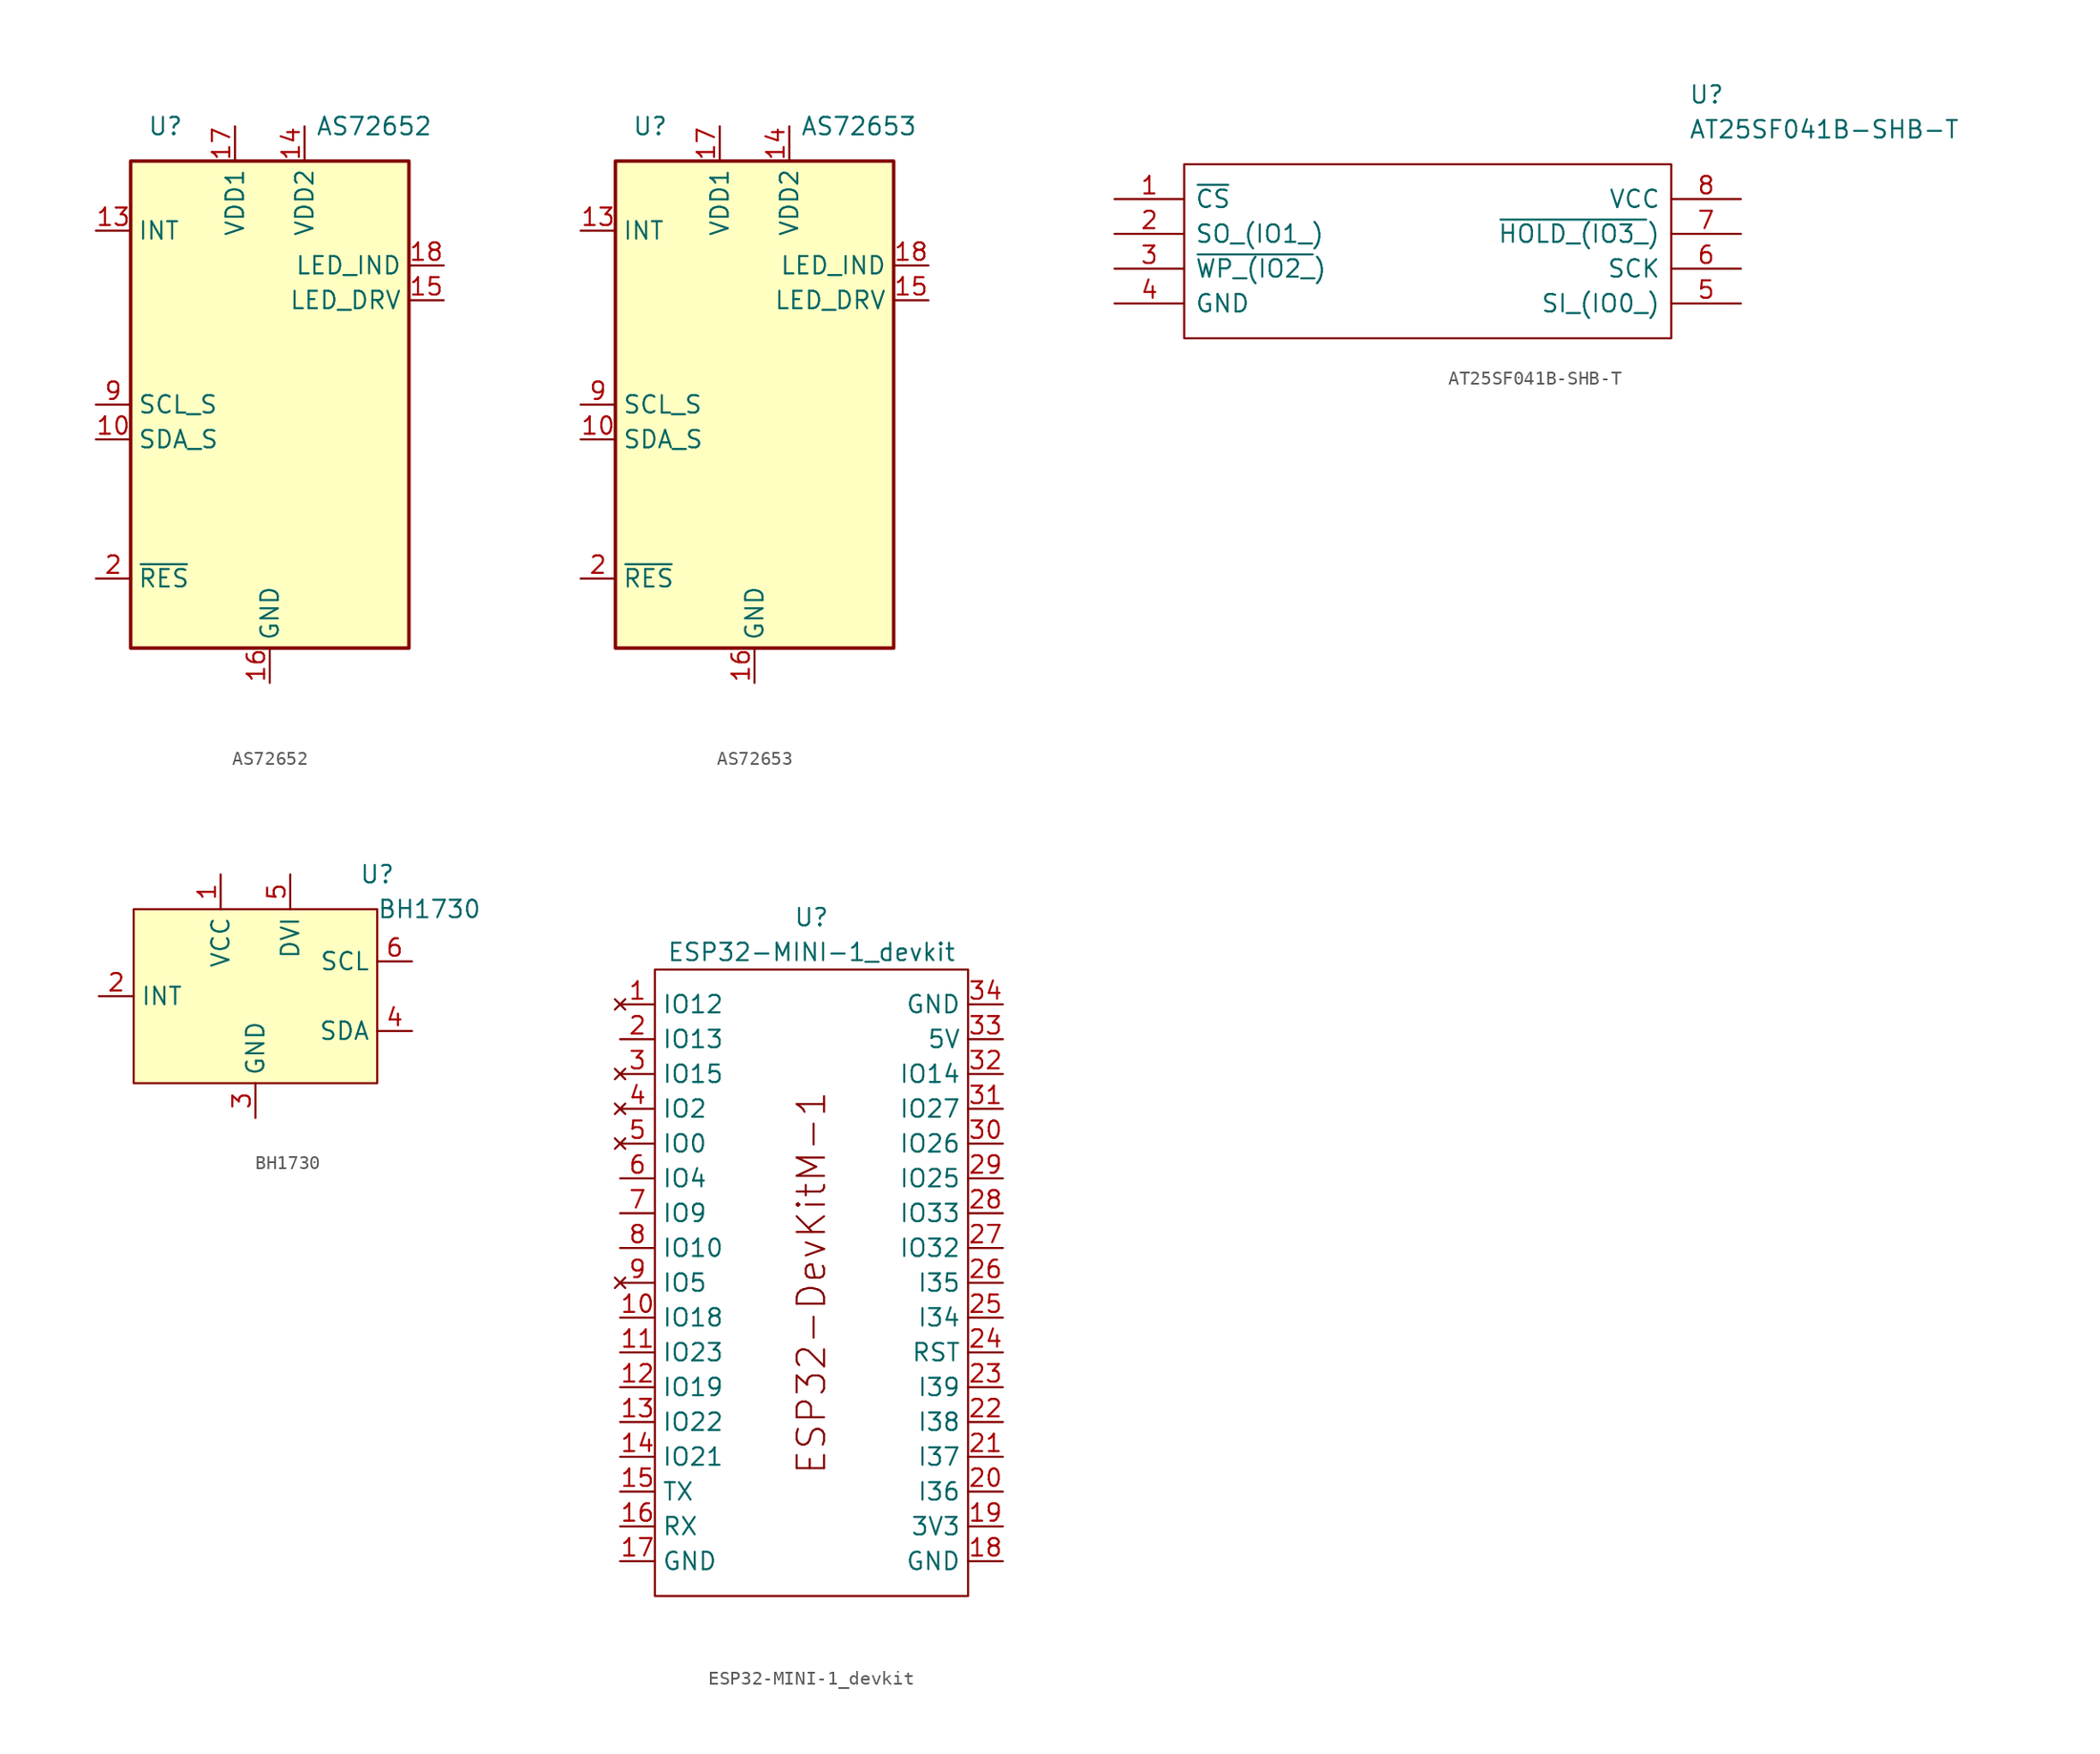
<source format=kicad_sym>
(kicad_symbol_lib
  (version 20211014)
  (generator kicad_symbol_editor)
  (symbol "AS72652"
    (property "Reference" "U"
      (at -7.62 20.32 0)
      (effects (font (size 1.27 1.27))))
    (property "Value" "AS72652"
      (at 7.62 20.32 0)
      (effects (font (size 1.27 1.27))))
    (symbol "AS72652_0_1"
      (rectangle (start 10.16 -17.78) (end -10.16 17.78) (stroke (width 0.254) (type default) (color 0 0 0 0)) (fill (type background))))
    (symbol "AS72652_1_1"
      (pin no_connect line (at -10.16 -5.08 0) (length 2.54) hide (name "NC" (effects (font (size 1.27 1.27)))) (number "1" (effects (font (size 1.27 1.27)))))
      (pin bidirectional line (at -12.7 -2.54 0) (length 2.54) (name "SDA_S" (effects (font (size 1.27 1.27)))) (number "10" (effects (font (size 1.27 1.27)))))
      (pin no_connect line (at -10.16 10.16 0) (length 2.54) hide (name "NC" (effects (font (size 1.27 1.27)))) (number "11" (effects (font (size 1.27 1.27)))))
      (pin no_connect line (at -10.16 7.62 0) (length 2.54) hide (name "NC" (effects (font (size 1.27 1.27)))) (number "12" (effects (font (size 1.27 1.27)))))
      (pin output line (at -12.7 12.7 0) (length 2.54) (name "INT" (effects (font (size 1.27 1.27)))) (number "13" (effects (font (size 1.27 1.27)))))
      (pin power_in line (at 2.54 20.32 270) (length 2.54) (name "VDD2" (effects (font (size 1.27 1.27)))) (number "14" (effects (font (size 1.27 1.27)))))
      (pin output line (at 12.7 7.62 180) (length 2.54) (name "LED_DRV" (effects (font (size 1.27 1.27)))) (number "15" (effects (font (size 1.27 1.27)))))
      (pin power_in line (at 0 -20.32 90) (length 2.54) (name "GND" (effects (font (size 1.27 1.27)))) (number "16" (effects (font (size 1.27 1.27)))))
      (pin power_in line (at -2.54 20.32 270) (length 2.54) (name "VDD1" (effects (font (size 1.27 1.27)))) (number "17" (effects (font (size 1.27 1.27)))))
      (pin output line (at 12.7 10.16 180) (length 2.54) (name "LED_IND" (effects (font (size 1.27 1.27)))) (number "18" (effects (font (size 1.27 1.27)))))
      (pin no_connect line (at 10.16 -12.7 180) (length 2.54) hide (name "NC" (effects (font (size 1.27 1.27)))) (number "19" (effects (font (size 1.27 1.27)))))
      (pin input line (at -12.7 -12.7 0) (length 2.54) (name "~{RES}" (effects (font (size 1.27 1.27)))) (number "2" (effects (font (size 1.27 1.27)))))
      (pin no_connect line (at -10.16 -7.62 0) (length 2.54) hide (name "NC" (effects (font (size 1.27 1.27)))) (number "20" (effects (font (size 1.27 1.27)))))
      (pin no_connect line (at 10.16 -5.08 180) (length 2.54) hide (name "NC" (effects (font (size 1.27 1.27)))) (number "3" (effects (font (size 1.27 1.27)))))
      (pin no_connect line (at 10.16 0 180) (length 2.54) hide (name "NC" (effects (font (size 1.27 1.27)))) (number "4" (effects (font (size 1.27 1.27)))))
      (pin no_connect line (at 10.16 -2.54 180) (length 2.54) hide (name "NC" (effects (font (size 1.27 1.27)))) (number "5" (effects (font (size 1.27 1.27)))))
      (pin no_connect line (at 10.16 -7.62 180) (length 2.54) hide (name "NC" (effects (font (size 1.27 1.27)))) (number "6" (effects (font (size 1.27 1.27)))))
      (pin no_connect line (at 10.16 -10.16 180) (length 2.54) hide (name "NC" (effects (font (size 1.27 1.27)))) (number "7" (effects (font (size 1.27 1.27)))))
      (pin no_connect line (at -10.16 5.08 0) (length 2.54) hide (name "NC" (effects (font (size 1.27 1.27)))) (number "8" (effects (font (size 1.27 1.27)))))
      (pin output line (at -12.7 0 0) (length 2.54) (name "SCL_S" (effects (font (size 1.27 1.27)))) (number "9" (effects (font (size 1.27 1.27)))))))
  (symbol "AS72653"
    (property "Reference" "U"
      (at -7.62 20.32 0)
      (effects (font (size 1.27 1.27))))
    (property "Value" "AS72653"
      (at 7.62 20.32 0)
      (effects (font (size 1.27 1.27))))
    (symbol "AS72653_0_1"
      (rectangle (start 10.16 -17.78) (end -10.16 17.78) (stroke (width 0.254) (type default) (color 0 0 0 0)) (fill (type background))))
    (symbol "AS72653_1_1"
      (pin no_connect line (at -10.16 -5.08 0) (length 2.54) hide (name "NC" (effects (font (size 1.27 1.27)))) (number "1" (effects (font (size 1.27 1.27)))))
      (pin bidirectional line (at -12.7 -2.54 0) (length 2.54) (name "SDA_S" (effects (font (size 1.27 1.27)))) (number "10" (effects (font (size 1.27 1.27)))))
      (pin no_connect line (at -10.16 10.16 0) (length 2.54) hide (name "NC" (effects (font (size 1.27 1.27)))) (number "11" (effects (font (size 1.27 1.27)))))
      (pin no_connect line (at -10.16 7.62 0) (length 2.54) hide (name "NC" (effects (font (size 1.27 1.27)))) (number "12" (effects (font (size 1.27 1.27)))))
      (pin output line (at -12.7 12.7 0) (length 2.54) (name "INT" (effects (font (size 1.27 1.27)))) (number "13" (effects (font (size 1.27 1.27)))))
      (pin power_in line (at 2.54 20.32 270) (length 2.54) (name "VDD2" (effects (font (size 1.27 1.27)))) (number "14" (effects (font (size 1.27 1.27)))))
      (pin output line (at 12.7 7.62 180) (length 2.54) (name "LED_DRV" (effects (font (size 1.27 1.27)))) (number "15" (effects (font (size 1.27 1.27)))))
      (pin power_in line (at 0 -20.32 90) (length 2.54) (name "GND" (effects (font (size 1.27 1.27)))) (number "16" (effects (font (size 1.27 1.27)))))
      (pin power_in line (at -2.54 20.32 270) (length 2.54) (name "VDD1" (effects (font (size 1.27 1.27)))) (number "17" (effects (font (size 1.27 1.27)))))
      (pin output line (at 12.7 10.16 180) (length 2.54) (name "LED_IND" (effects (font (size 1.27 1.27)))) (number "18" (effects (font (size 1.27 1.27)))))
      (pin no_connect line (at 10.16 -12.7 180) (length 2.54) hide (name "NC" (effects (font (size 1.27 1.27)))) (number "19" (effects (font (size 1.27 1.27)))))
      (pin input line (at -12.7 -12.7 0) (length 2.54) (name "~{RES}" (effects (font (size 1.27 1.27)))) (number "2" (effects (font (size 1.27 1.27)))))
      (pin no_connect line (at -10.16 -7.62 0) (length 2.54) hide (name "NC" (effects (font (size 1.27 1.27)))) (number "20" (effects (font (size 1.27 1.27)))))
      (pin no_connect line (at 10.16 -5.08 180) (length 2.54) hide (name "NC" (effects (font (size 1.27 1.27)))) (number "3" (effects (font (size 1.27 1.27)))))
      (pin no_connect line (at 10.16 0 180) (length 2.54) hide (name "NC" (effects (font (size 1.27 1.27)))) (number "4" (effects (font (size 1.27 1.27)))))
      (pin no_connect line (at 10.16 -2.54 180) (length 2.54) hide (name "NC" (effects (font (size 1.27 1.27)))) (number "5" (effects (font (size 1.27 1.27)))))
      (pin no_connect line (at 10.16 -7.62 180) (length 2.54) hide (name "NC" (effects (font (size 1.27 1.27)))) (number "6" (effects (font (size 1.27 1.27)))))
      (pin no_connect line (at 10.16 -10.16 180) (length 2.54) hide (name "NC" (effects (font (size 1.27 1.27)))) (number "7" (effects (font (size 1.27 1.27)))))
      (pin no_connect line (at -10.16 5.08 0) (length 2.54) hide (name "NC" (effects (font (size 1.27 1.27)))) (number "8" (effects (font (size 1.27 1.27)))))
      (pin output line (at -12.7 0 0) (length 2.54) (name "SCL_S" (effects (font (size 1.27 1.27)))) (number "9" (effects (font (size 1.27 1.27)))))))
  (symbol "AT25SF041B-SHB-T"
    (pin_names
      (offset 0.762))
    (property "Reference" "U"
      (at 41.91 7.62 0)
      (effects (font (size 1.27 1.27)) (justify left)))
    (property "Value" "AT25SF041B-SHB-T"
      (at 41.91 5.08 0)
      (effects (font (size 1.27 1.27)) (justify left)))
    (symbol "AT25SF041B-SHB-T_0_0"
      (pin passive line (at 0 0 0) (length 5.08) (name "~{CS}" (effects (font (size 1.27 1.27)))) (number "1" (effects (font (size 1.27 1.27)))))
      (pin passive line (at 0 -2.54 0) (length 5.08) (name "SO_(IO1_)" (effects (font (size 1.27 1.27)))) (number "2" (effects (font (size 1.27 1.27)))))
      (pin passive line (at 0 -5.08 0) (length 5.08) (name "~{WP_(IO2_})" (effects (font (size 1.27 1.27)))) (number "3" (effects (font (size 1.27 1.27)))))
      (pin passive line (at 0 -7.62 0) (length 5.08) (name "GND" (effects (font (size 1.27 1.27)))) (number "4" (effects (font (size 1.27 1.27)))))
      (pin passive line (at 45.72 -7.62 180) (length 5.08) (name "SI_(IO0_)" (effects (font (size 1.27 1.27)))) (number "5" (effects (font (size 1.27 1.27)))))
      (pin passive line (at 45.72 -5.08 180) (length 5.08) (name "SCK" (effects (font (size 1.27 1.27)))) (number "6" (effects (font (size 1.27 1.27)))))
      (pin passive line (at 45.72 -2.54 180) (length 5.08) (name "~{HOLD_(IO3_})" (effects (font (size 1.27 1.27)))) (number "7" (effects (font (size 1.27 1.27)))))
      (pin passive line (at 45.72 0 180) (length 5.08) (name "VCC" (effects (font (size 1.27 1.27)))) (number "8" (effects (font (size 1.27 1.27))))))
    (symbol "AT25SF041B-SHB-T_0_1"
      (polyline (pts (xy 5.08 2.54) (xy 40.64 2.54) (xy 40.64 -10.16) (xy 5.08 -10.16) (xy 5.08 2.54)) (stroke (width 0.152) (type default) (color 0 0 0 0)) (fill (type none)))))
  (symbol "BH1730"
    (property "Reference" "U"
      (at 8.89 8.89 0)
      (effects (font (size 1.27 1.27))))
    (property "Value" "BH1730"
      (at 12.7 6.35 0)
      (effects (font (size 1.27 1.27))))
    (symbol "BH1730_0_1"
      (rectangle (start -8.89 6.35) (end 8.89 -6.35) (stroke (width 0) (type default) (color 0 0 0 0)) (fill (type background))))
    (symbol "BH1730_1_1"
      (pin power_in line (at -2.54 8.89 270) (length 2.54) (name "VCC" (effects (font (size 1.27 1.27)))) (number "1" (effects (font (size 1.27 1.27)))))
      (pin output line (at -11.43 0 0) (length 2.54) (name "INT" (effects (font (size 1.27 1.27)))) (number "2" (effects (font (size 1.27 1.27)))))
      (pin passive line (at 0 -8.89 90) (length 2.54) (name "GND" (effects (font (size 1.27 1.27)))) (number "3" (effects (font (size 1.27 1.27)))))
      (pin bidirectional line (at 11.43 -2.54 180) (length 2.54) (name "SDA" (effects (font (size 1.27 1.27)))) (number "4" (effects (font (size 1.27 1.27)))))
      (pin power_in line (at 2.54 8.89 270) (length 2.54) (name "DVI" (effects (font (size 1.27 1.27)))) (number "5" (effects (font (size 1.27 1.27)))))
      (pin input line (at 11.43 2.54 180) (length 2.54) (name "SCL" (effects (font (size 1.27 1.27)))) (number "6" (effects (font (size 1.27 1.27)))))))
  (symbol "ESP32-MINI-1_devkit"
    (property "Reference" "U"
      (at 0 24.13 0)
      (effects (font (size 1.27 1.27))))
    (property "Value" "ESP32-MINI-1_devkit"
      (at 0 21.59 0)
      (effects (font (size 1.27 1.27))))
    (symbol "ESP32-MINI-1_devkit_0_0"
      (text "ESP32-DevKitM-1" (at 0 -2.54 900) (effects (font (size 2 2))))
      (pin bidirectional line (at -13.97 -5.08 0) (length 2.54) (name "IO18" (effects (font (size 1.27 1.27)))) (number "10" (effects (font (size 1.27 1.27)))))
      (pin bidirectional line (at -13.97 -7.62 0) (length 2.54) (name "IO23" (effects (font (size 1.27 1.27)))) (number "11" (effects (font (size 1.27 1.27)))))
      (pin bidirectional line (at -13.97 -10.16 0) (length 2.54) (name "IO19" (effects (font (size 1.27 1.27)))) (number "12" (effects (font (size 1.27 1.27)))))
      (pin bidirectional line (at -13.97 -12.7 0) (length 2.54) (name "IO22" (effects (font (size 1.27 1.27)))) (number "13" (effects (font (size 1.27 1.27)))))
      (pin bidirectional line (at -13.97 -15.24 0) (length 2.54) (name "IO21" (effects (font (size 1.27 1.27)))) (number "14" (effects (font (size 1.27 1.27)))))
      (pin output line (at -13.97 -17.78 0) (length 2.54) (name "TX" (effects (font (size 1.27 1.27)))) (number "15" (effects (font (size 1.27 1.27)))))
      (pin input line (at -13.97 -20.32 0) (length 2.54) (name "RX" (effects (font (size 1.27 1.27)))) (number "16" (effects (font (size 1.27 1.27)))))
      (pin power_in line (at -13.97 -22.86 0) (length 2.54) (name "GND" (effects (font (size 1.27 1.27)))) (number "17" (effects (font (size 1.27 1.27)))))
      (pin input line (at 13.97 -5.08 180) (length 2.54) (name "I34" (effects (font (size 1.27 1.27)))) (number "25" (effects (font (size 1.27 1.27)))))
      (pin input line (at 13.97 -2.54 180) (length 2.54) (name "I35" (effects (font (size 1.27 1.27)))) (number "26" (effects (font (size 1.27 1.27)))))
      (pin bidirectional line (at 13.97 0 180) (length 2.54) (name "IO32" (effects (font (size 1.27 1.27)))) (number "27" (effects (font (size 1.27 1.27)))))
      (pin bidirectional line (at 13.97 2.54 180) (length 2.54) (name "IO33" (effects (font (size 1.27 1.27)))) (number "28" (effects (font (size 1.27 1.27)))))
      (pin bidirectional line (at 13.97 5.08 180) (length 2.54) (name "IO25" (effects (font (size 1.27 1.27)))) (number "29" (effects (font (size 1.27 1.27)))))
      (pin bidirectional line (at 13.97 7.62 180) (length 2.54) (name "IO26" (effects (font (size 1.27 1.27)))) (number "30" (effects (font (size 1.27 1.27)))))
      (pin bidirectional line (at 13.97 10.16 180) (length 2.54) (name "IO27" (effects (font (size 1.27 1.27)))) (number "31" (effects (font (size 1.27 1.27)))))
      (pin bidirectional line (at 13.97 12.7 180) (length 2.54) (name "IO14" (effects (font (size 1.27 1.27)))) (number "32" (effects (font (size 1.27 1.27)))))
      (pin power_out line (at 13.97 15.24 180) (length 2.54) (name "5V" (effects (font (size 1.27 1.27)))) (number "33" (effects (font (size 1.27 1.27)))))
      (pin power_in line (at 13.97 17.78 180) (length 2.54) (name "GND" (effects (font (size 1.27 1.27)))) (number "34" (effects (font (size 1.27 1.27)))))
      (pin bidirectional line (at -13.97 0 0) (length 2.54) (name "IO10" (effects (font (size 1.27 1.27)))) (number "8" (effects (font (size 1.27 1.27)))))
      (pin no_connect line (at -13.97 -2.54 0) (length 2.54) (name "IO5" (effects (font (size 1.27 1.27)))) (number "9" (effects (font (size 1.27 1.27))))))
    (symbol "ESP32-MINI-1_devkit_0_1"
      (rectangle (start -11.43 20.32) (end 11.43 -25.4) (stroke (width 0) (type default) (color 0 0 0 0)) (fill (type none))))
    (symbol "ESP32-MINI-1_devkit_1_1"
      (pin no_connect line (at -13.97 17.78 0) (length 2.54) (name "IO12" (effects (font (size 1.27 1.27)))) (number "1" (effects (font (size 1.27 1.27)))))
      (pin power_in line (at 13.97 -22.86 180) (length 2.54) (name "GND" (effects (font (size 1.27 1.27)))) (number "18" (effects (font (size 1.27 1.27)))))
      (pin power_in line (at 13.97 -20.32 180) (length 2.54) hide (name "3V3" (effects (font (size 1.27 1.27)))) (number "19" (effects (font (size 1.27 1.27)))))
      (pin power_out line (at 13.97 -20.32 180) (length 2.54) (name "3V3" (effects (font (size 1.27 1.27)))) (number "19" (effects (font (size 1.27 1.27)))))
      (pin bidirectional line (at -13.97 15.24 0) (length 2.54) (name "IO13" (effects (font (size 1.27 1.27)))) (number "2" (effects (font (size 1.27 1.27)))))
      (pin input line (at 13.97 -17.78 180) (length 2.54) (name "I36" (effects (font (size 1.27 1.27)))) (number "20" (effects (font (size 1.27 1.27)))))
      (pin input line (at 13.97 -15.24 180) (length 2.54) (name "I37" (effects (font (size 1.27 1.27)))) (number "21" (effects (font (size 1.27 1.27)))))
      (pin input line (at 13.97 -12.7 180) (length 2.54) (name "I38" (effects (font (size 1.27 1.27)))) (number "22" (effects (font (size 1.27 1.27)))))
      (pin input line (at 13.97 -10.16 180) (length 2.54) (name "I39" (effects (font (size 1.27 1.27)))) (number "23" (effects (font (size 1.27 1.27)))))
      (pin input line (at 13.97 -7.62 180) (length 2.54) (name "RST" (effects (font (size 1.27 1.27)))) (number "24" (effects (font (size 1.27 1.27)))))
      (pin no_connect line (at -13.97 12.7 0) (length 2.54) (name "IO15" (effects (font (size 1.27 1.27)))) (number "3" (effects (font (size 1.27 1.27)))))
      (pin power_in line (at 13.97 15.24 180) (length 2.54) hide (name "5V" (effects (font (size 1.27 1.27)))) (number "33" (effects (font (size 1.27 1.27)))))
      (pin no_connect line (at -13.97 10.16 0) (length 2.54) (name "IO2" (effects (font (size 1.27 1.27)))) (number "4" (effects (font (size 1.27 1.27)))))
      (pin no_connect line (at -13.97 7.62 0) (length 2.54) (name "IO0" (effects (font (size 1.27 1.27)))) (number "5" (effects (font (size 1.27 1.27)))))
      (pin bidirectional line (at -13.97 5.08 0) (length 2.54) (name "IO4" (effects (font (size 1.27 1.27)))) (number "6" (effects (font (size 1.27 1.27)))))
      (pin bidirectional line (at -13.97 2.54 0) (length 2.54) (name "IO9" (effects (font (size 1.27 1.27)))) (number "7" (effects (font (size 1.27 1.27))))))))
</source>
